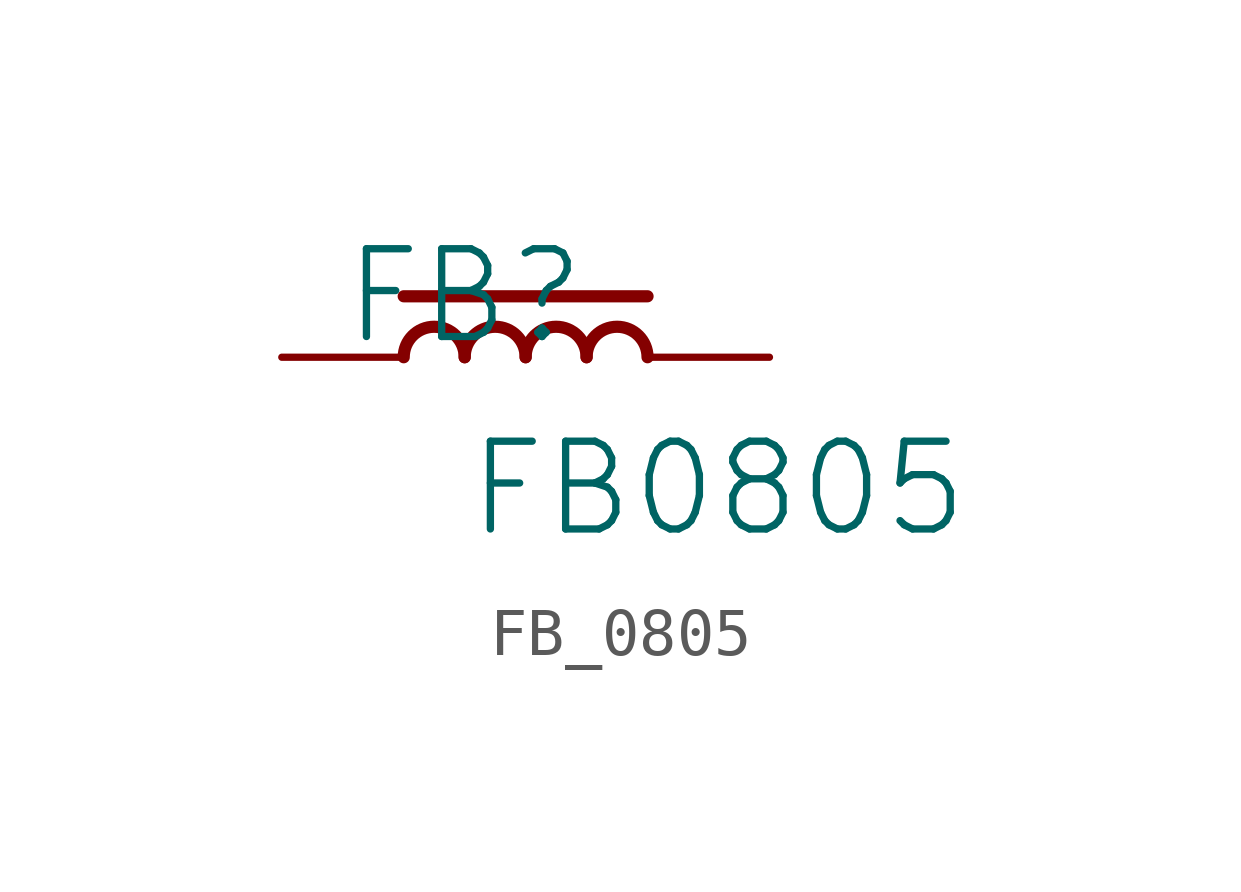
<source format=kicad_sym>
(kicad_symbol_lib
  (version 20231120)
  (generator "kicad_symbol_editor")
  (generator_version "8.0")
  (symbol "FB_0805"
    (property "Reference" "FB"
      (at -1.27 1.27 0)
      (effects (font (size 1.829 1.829))))
    (property "Value" "FB0805"
      (at -1.27 -3.81 0)
      (effects (font (size 1.829 1.829)) (justify left bottom)))
    (symbol "FB_0805_1_0"
      (arc (start -1.27 0) (mid -1.905 0.635) (end -2.54 0) (stroke (width 0.254) (type solid)) (fill (type none)))
      (arc (start 0 0) (mid -0.635 0.635) (end -1.27 0) (stroke (width 0.254) (type solid)) (fill (type none)))
      (polyline (pts (xy -2.54 1.27) (xy 2.54 1.27)) (stroke (width 0.254) (type solid)) (fill (type none)))
      (arc (start 1.27 0) (mid 0.635 0.635) (end 0 0) (stroke (width 0.254) (type solid)) (fill (type none)))
      (arc (start 2.54 0) (mid 1.905 0.635) (end 1.27 0) (stroke (width 0.254) (type solid)) (fill (type none)))
      (pin passive line (at -5.08 0 0) (length 2.54) (name "1" (effects (font (size 0 0)))) (number "1" (effects (font (size 0 0)))))
      (pin passive line (at 5.08 0 180) (length 2.54) (name "2" (effects (font (size 0 0)))) (number "2" (effects (font (size 0 0))))))))
</source>
